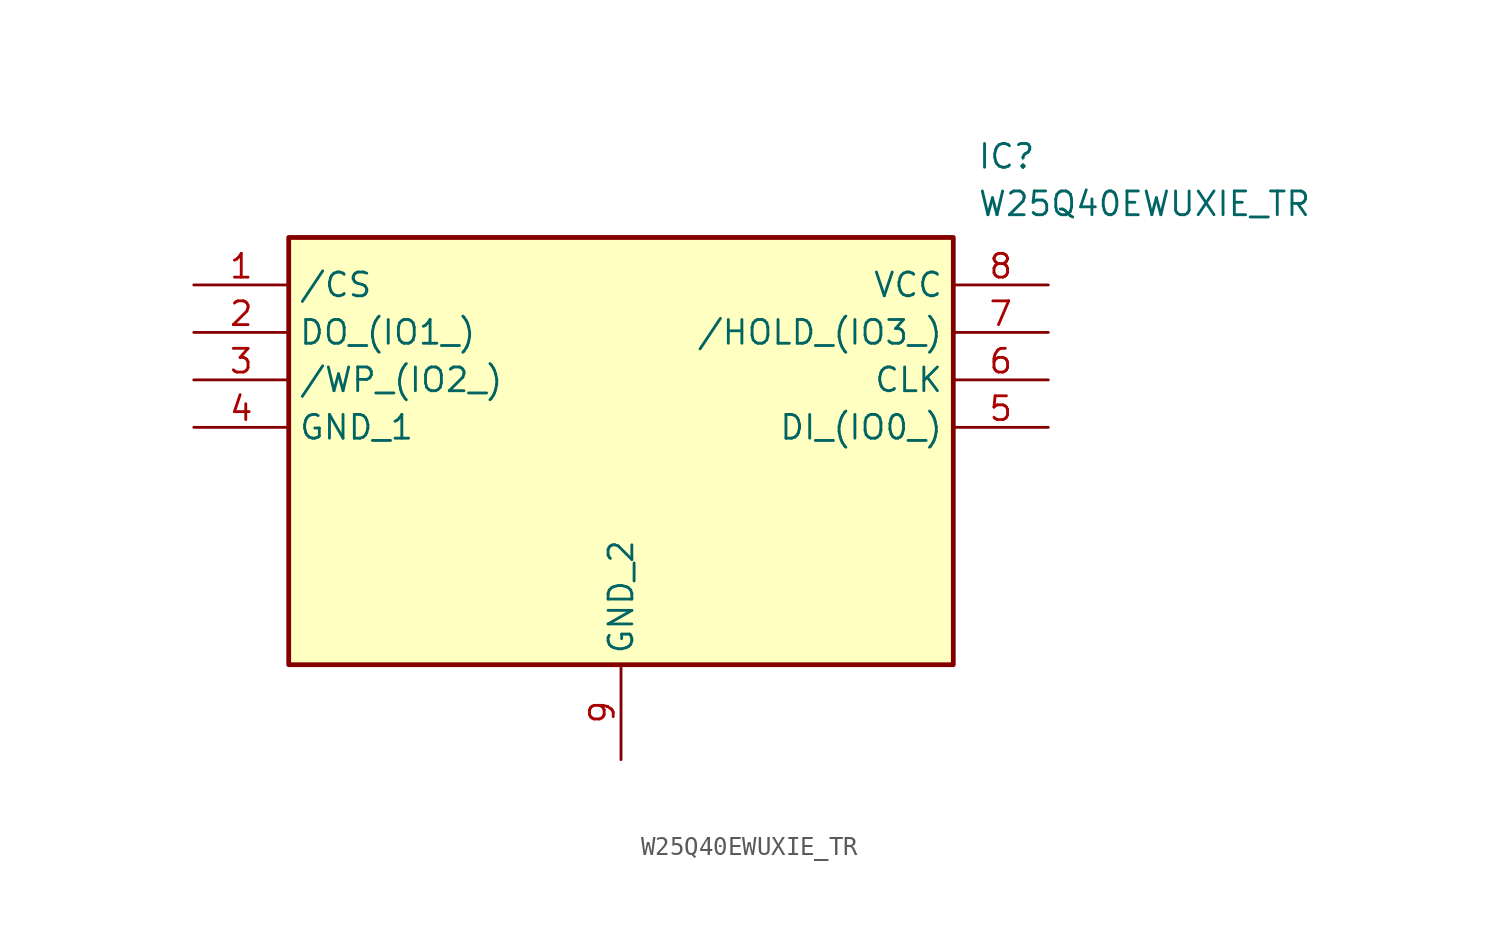
<source format=kicad_sym>
(kicad_symbol_lib
  (version 20211014)
  (generator SamacSys_ECAD_Model)
  (symbol "W25Q40EWUXIE_TR"
    (property "Reference" "IC"
      (at 41.91 7.62 0)
      (effects (font (size 1.27 1.27)) (justify left top)))
    (property "Value" "W25Q40EWUXIE_TR"
      (at 41.91 5.08 0)
      (effects (font (size 1.27 1.27)) (justify left top)))
    (rectangle
      (start 5.08 2.54)
      (end 40.64 -20.32)
      (stroke (width 0.254) (type default))
      (fill (type background)))
    (pin passive line
      (at 0 0 0)
      (length 5.08)
      (name "/CS" (effects (font (size 1.27 1.27))))
      (number "1" (effects (font (size 1.27 1.27)))))
    (pin passive line
      (at 0 -2.54 0)
      (length 5.08)
      (name "DO_(IO1_)" (effects (font (size 1.27 1.27))))
      (number "2" (effects (font (size 1.27 1.27)))))
    (pin passive line
      (at 0 -5.08 0)
      (length 5.08)
      (name "/WP_(IO2_)" (effects (font (size 1.27 1.27))))
      (number "3" (effects (font (size 1.27 1.27)))))
    (pin passive line
      (at 0 -7.62 0)
      (length 5.08)
      (name "GND_1" (effects (font (size 1.27 1.27))))
      (number "4" (effects (font (size 1.27 1.27)))))
    (pin passive line
      (at 22.86 -25.4 90)
      (length 5.08)
      (name "GND_2" (effects (font (size 1.27 1.27))))
      (number "9" (effects (font (size 1.27 1.27)))))
    (pin passive line
      (at 45.72 0 180)
      (length 5.08)
      (name "VCC" (effects (font (size 1.27 1.27))))
      (number "8" (effects (font (size 1.27 1.27)))))
    (pin passive line
      (at 45.72 -2.54 180)
      (length 5.08)
      (name "/HOLD_(IO3_)" (effects (font (size 1.27 1.27))))
      (number "7" (effects (font (size 1.27 1.27)))))
    (pin passive line
      (at 45.72 -5.08 180)
      (length 5.08)
      (name "CLK" (effects (font (size 1.27 1.27))))
      (number "6" (effects (font (size 1.27 1.27)))))
    (pin passive line
      (at 45.72 -7.62 180)
      (length 5.08)
      (name "DI_(IO0_)" (effects (font (size 1.27 1.27))))
      (number "5" (effects (font (size 1.27 1.27)))))))
</source>
